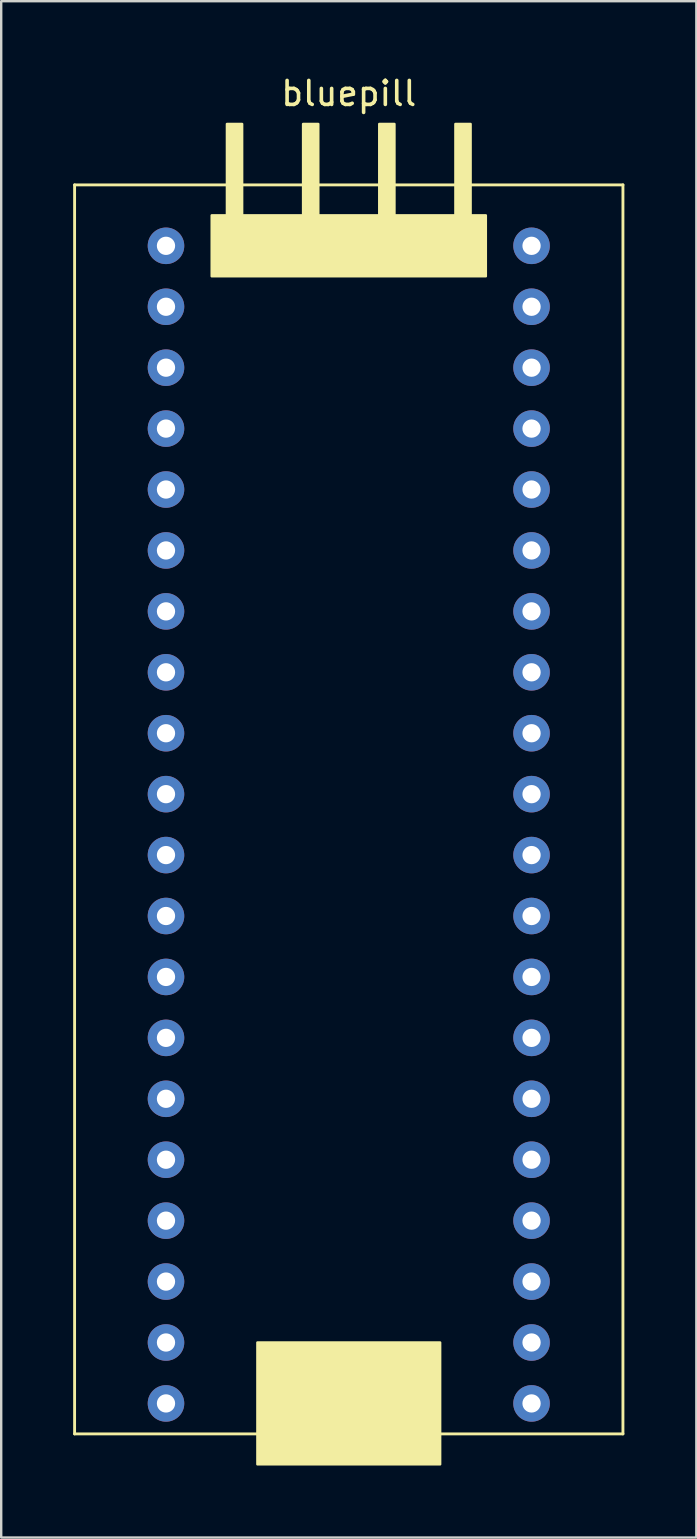
<source format=kicad_pcb>
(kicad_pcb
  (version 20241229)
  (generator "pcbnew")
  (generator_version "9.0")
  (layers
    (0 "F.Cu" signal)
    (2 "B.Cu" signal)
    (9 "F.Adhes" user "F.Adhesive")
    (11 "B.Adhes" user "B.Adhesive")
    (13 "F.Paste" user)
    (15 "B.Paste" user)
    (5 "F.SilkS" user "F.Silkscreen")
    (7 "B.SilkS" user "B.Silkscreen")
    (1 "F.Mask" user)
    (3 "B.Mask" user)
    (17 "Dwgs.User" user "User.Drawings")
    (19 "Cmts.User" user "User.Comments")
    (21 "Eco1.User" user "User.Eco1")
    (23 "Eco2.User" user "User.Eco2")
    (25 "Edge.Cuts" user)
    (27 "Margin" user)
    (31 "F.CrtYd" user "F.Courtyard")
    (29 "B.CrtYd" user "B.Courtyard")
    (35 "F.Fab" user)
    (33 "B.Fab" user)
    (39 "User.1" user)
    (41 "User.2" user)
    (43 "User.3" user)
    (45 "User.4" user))
  (footprint "bluepill"
    (layer "F.Cu")
    (at 11.49 31.328)
    (property "Reference" "bluepill" (at 0 -30.48 0) (layer "F.SilkS") (effects (font (size 1 1) (thickness 0.15))))
    (attr through_hole)
    (fp_line (start -11.43 -26.67) (end 11.43 -26.67) (stroke (width 0.12) (type solid)) (layer "F.SilkS"))
    (fp_line (start -11.43 25.4) (end -11.43 -26.67) (stroke (width 0.12) (type solid)) (layer "F.SilkS"))
    (fp_line (start 11.43 -26.67) (end 11.43 25.4) (stroke (width 0.12) (type solid)) (layer "F.SilkS"))
    (fp_line (start 11.43 25.4) (end -11.43 25.4) (stroke (width 0.12) (type solid)) (layer "F.SilkS"))
    (fp_poly (pts (xy -4.445 -25.4) (xy -5.08 -25.4) (xy -5.08 -29.21) (xy -4.445 -29.21)) (stroke (width 0.1) (type solid)) (fill yes) (layer "F.SilkS"))
    (fp_poly (pts (xy -1.27 -25.4) (xy -1.905 -25.4) (xy -1.905 -29.21) (xy -1.27 -29.21)) (stroke (width 0.1) (type solid)) (fill yes) (layer "F.SilkS"))
    (fp_poly (pts (xy 1.905 -25.4) (xy 1.27 -25.4) (xy 1.27 -29.21) (xy 1.905 -29.21)) (stroke (width 0.1) (type solid)) (fill yes) (layer "F.SilkS"))
    (fp_poly (pts (xy 3.81 26.67) (xy -3.81 26.67) (xy -3.81 21.59) (xy 3.81 21.59)) (stroke (width 0.1) (type solid)) (fill yes) (layer "F.SilkS"))
    (fp_poly (pts (xy 5.08 -25.4) (xy 4.445 -25.4) (xy 4.445 -29.21) (xy 5.08 -29.21)) (stroke (width 0.1) (type solid)) (fill yes) (layer "F.SilkS"))
    (fp_poly (pts (xy 5.715 -22.86) (xy -5.715 -22.86) (xy -5.715 -25.4) (xy 5.715 -25.4)) (stroke (width 0.1) (type solid)) (fill yes) (layer "F.SilkS"))
    (pad "1" thru_hole circle (at -7.62 -24.13) (size 1.524 1.524) (drill 0.762) (layers "*.Cu" "*.Mask"))
    (pad "2" thru_hole circle (at -7.62 -21.59) (size 1.524 1.524) (drill 0.762) (layers "*.Cu" "*.Mask"))
    (pad "3" thru_hole circle (at -7.62 -19.05) (size 1.524 1.524) (drill 0.762) (layers "*.Cu" "*.Mask"))
    (pad "4" thru_hole circle (at -7.62 -16.51) (size 1.524 1.524) (drill 0.762) (layers "*.Cu" "*.Mask"))
    (pad "5" thru_hole circle (at -7.62 -13.97) (size 1.524 1.524) (drill 0.762) (layers "*.Cu" "*.Mask"))
    (pad "6" thru_hole circle (at -7.62 -11.43) (size 1.524 1.524) (drill 0.762) (layers "*.Cu" "*.Mask"))
    (pad "7" thru_hole circle (at -7.62 -8.89) (size 1.524 1.524) (drill 0.762) (layers "*.Cu" "*.Mask"))
    (pad "8" thru_hole circle (at -7.62 -6.35) (size 1.524 1.524) (drill 0.762) (layers "*.Cu" "*.Mask"))
    (pad "9" thru_hole circle (at -7.62 -3.81) (size 1.524 1.524) (drill 0.762) (layers "*.Cu" "*.Mask"))
    (pad "10" thru_hole circle (at -7.62 -1.27) (size 1.524 1.524) (drill 0.762) (layers "*.Cu" "*.Mask"))
    (pad "11" thru_hole circle (at -7.62 1.27) (size 1.524 1.524) (drill 0.762) (layers "*.Cu" "*.Mask"))
    (pad "12" thru_hole circle (at -7.62 3.81) (size 1.524 1.524) (drill 0.762) (layers "*.Cu" "*.Mask"))
    (pad "13" thru_hole circle (at -7.62 6.35) (size 1.524 1.524) (drill 0.762) (layers "*.Cu" "*.Mask"))
    (pad "14" thru_hole circle (at -7.62 8.89) (size 1.524 1.524) (drill 0.762) (layers "*.Cu" "*.Mask"))
    (pad "15" thru_hole circle (at -7.62 11.43) (size 1.524 1.524) (drill 0.762) (layers "*.Cu" "*.Mask"))
    (pad "16" thru_hole circle (at -7.62 13.97) (size 1.524 1.524) (drill 0.762) (layers "*.Cu" "*.Mask"))
    (pad "17" thru_hole circle (at -7.62 16.51) (size 1.524 1.524) (drill 0.762) (layers "*.Cu" "*.Mask"))
    (pad "18" thru_hole circle (at -7.62 19.05) (size 1.524 1.524) (drill 0.762) (layers "*.Cu" "*.Mask"))
    (pad "19" thru_hole circle (at -7.62 21.59) (size 1.524 1.524) (drill 0.762) (layers "*.Cu" "*.Mask"))
    (pad "20" thru_hole circle (at -7.62 24.13) (size 1.524 1.524) (drill 0.762) (layers "*.Cu" "*.Mask"))
    (pad "21" thru_hole circle (at 7.62 21.59) (size 1.524 1.524) (drill 0.762) (layers "*.Cu" "*.Mask"))
    (pad "22" thru_hole circle (at 7.62 19.05) (size 1.524 1.524) (drill 0.762) (layers "*.Cu" "*.Mask"))
    (pad "23" thru_hole circle (at 7.62 24.13) (size 1.524 1.524) (drill 0.762) (layers "*.Cu" "*.Mask"))
    (pad "24" thru_hole circle (at 7.62 16.51) (size 1.524 1.524) (drill 0.762) (layers "*.Cu" "*.Mask"))
    (pad "25" thru_hole circle (at 7.62 13.97) (size 1.524 1.524) (drill 0.762) (layers "*.Cu" "*.Mask"))
    (pad "26" thru_hole circle (at 7.62 11.43) (size 1.524 1.524) (drill 0.762) (layers "*.Cu" "*.Mask"))
    (pad "27" thru_hole circle (at 7.62 8.89) (size 1.524 1.524) (drill 0.762) (layers "*.Cu" "*.Mask"))
    (pad "28" thru_hole circle (at 7.62 6.35) (size 1.524 1.524) (drill 0.762) (layers "*.Cu" "*.Mask"))
    (pad "29" thru_hole circle (at 7.62 3.81) (size 1.524 1.524) (drill 0.762) (layers "*.Cu" "*.Mask"))
    (pad "30" thru_hole circle (at 7.62 1.27) (size 1.524 1.524) (drill 0.762) (layers "*.Cu" "*.Mask"))
    (pad "31" thru_hole circle (at 7.62 -1.27) (size 1.524 1.524) (drill 0.762) (layers "*.Cu" "*.Mask"))
    (pad "32" thru_hole circle (at 7.62 -3.81) (size 1.524 1.524) (drill 0.762) (layers "*.Cu" "*.Mask"))
    (pad "33" thru_hole circle (at 7.62 -6.35) (size 1.524 1.524) (drill 0.762) (layers "*.Cu" "*.Mask"))
    (pad "34" thru_hole circle (at 7.62 -8.89) (size 1.524 1.524) (drill 0.762) (layers "*.Cu" "*.Mask"))
    (pad "35" thru_hole circle (at 7.62 -11.43) (size 1.524 1.524) (drill 0.762) (layers "*.Cu" "*.Mask"))
    (pad "36" thru_hole circle (at 7.62 -13.97) (size 1.524 1.524) (drill 0.762) (layers "*.Cu" "*.Mask"))
    (pad "37" thru_hole circle (at 7.62 -16.51) (size 1.524 1.524) (drill 0.762) (layers "*.Cu" "*.Mask"))
    (pad "38" thru_hole circle (at 7.62 -19.05) (size 1.524 1.524) (drill 0.762) (layers "*.Cu" "*.Mask"))
    (pad "39" thru_hole circle (at 7.62 -21.59) (size 1.524 1.524) (drill 0.762) (layers "*.Cu" "*.Mask"))
    (pad "40" thru_hole circle (at 7.62 -24.13) (size 1.524 1.524) (drill 0.762) (layers "*.Cu" "*.Mask")))
  (gr_rect
    (start -3 -3)
    (end 25.98 61.048)
    (stroke (width 0.1) (type default))
    (fill no)
    (layer "Edge.Cuts")))
</source>
